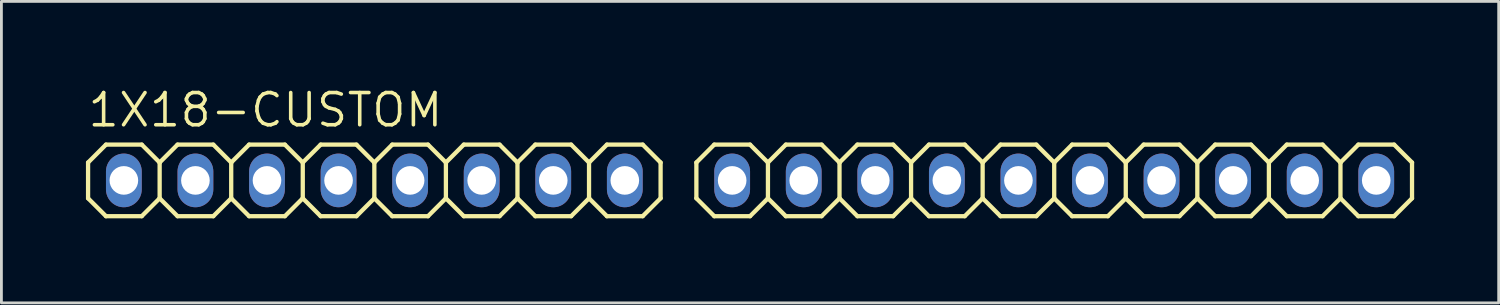
<source format=kicad_pcb>
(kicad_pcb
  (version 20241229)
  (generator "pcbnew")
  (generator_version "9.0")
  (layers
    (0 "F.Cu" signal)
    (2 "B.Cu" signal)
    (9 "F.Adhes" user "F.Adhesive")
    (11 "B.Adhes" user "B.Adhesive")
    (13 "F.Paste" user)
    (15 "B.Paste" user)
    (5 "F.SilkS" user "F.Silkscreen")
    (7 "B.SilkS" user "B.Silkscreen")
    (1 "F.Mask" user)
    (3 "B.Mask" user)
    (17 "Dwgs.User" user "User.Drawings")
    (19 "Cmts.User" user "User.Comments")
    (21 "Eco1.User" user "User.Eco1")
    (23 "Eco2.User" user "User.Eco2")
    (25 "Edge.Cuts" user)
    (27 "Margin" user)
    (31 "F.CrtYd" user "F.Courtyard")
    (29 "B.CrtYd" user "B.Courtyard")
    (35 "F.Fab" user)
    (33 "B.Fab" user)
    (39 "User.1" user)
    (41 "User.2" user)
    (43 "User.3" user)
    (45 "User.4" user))
  (footprint "1X18-CUSTOM"
    (layer "F.Cu")
    (at 19.126 3.353)
    (property "Reference" "1X18-CUSTOM" (at -19.126 -1.829 0) (unlocked yes) (layer "F.SilkS") (effects (font (size 1.143 1.143) (thickness 0.127)) (justify left bottom)))
    (fp_line (start -19.05 -0.635) (end -19.05 0.635) (stroke (width 0.152) (type solid)) (layer "F.SilkS"))
    (fp_line (start -19.05 0.635) (end -18.415 1.27) (stroke (width 0.152) (type solid)) (layer "F.SilkS"))
    (fp_line (start -18.415 -1.27) (end -19.05 -0.635) (stroke (width 0.152) (type solid)) (layer "F.SilkS"))
    (fp_line (start -18.415 -1.27) (end -17.145 -1.27) (stroke (width 0.152) (type solid)) (layer "F.SilkS"))
    (fp_line (start -17.145 -1.27) (end -16.51 -0.635) (stroke (width 0.152) (type solid)) (layer "F.SilkS"))
    (fp_line (start -17.145 1.27) (end -18.415 1.27) (stroke (width 0.152) (type solid)) (layer "F.SilkS"))
    (fp_line (start -16.51 -0.635) (end -16.51 0.635) (stroke (width 0.152) (type solid)) (layer "F.SilkS"))
    (fp_line (start -16.51 -0.635) (end -15.875 -1.27) (stroke (width 0.152) (type solid)) (layer "F.SilkS"))
    (fp_line (start -16.51 0.635) (end -17.145 1.27) (stroke (width 0.152) (type solid)) (layer "F.SilkS"))
    (fp_line (start -15.875 -1.27) (end -14.605 -1.27) (stroke (width 0.152) (type solid)) (layer "F.SilkS"))
    (fp_line (start -15.875 1.27) (end -16.51 0.635) (stroke (width 0.152) (type solid)) (layer "F.SilkS"))
    (fp_line (start -14.605 -1.27) (end -13.97 -0.635) (stroke (width 0.152) (type solid)) (layer "F.SilkS"))
    (fp_line (start -14.605 1.27) (end -15.875 1.27) (stroke (width 0.152) (type solid)) (layer "F.SilkS"))
    (fp_line (start -13.97 -0.635) (end -13.97 0.635) (stroke (width 0.152) (type solid)) (layer "F.SilkS"))
    (fp_line (start -13.97 -0.635) (end -13.335 -1.27) (stroke (width 0.152) (type solid)) (layer "F.SilkS"))
    (fp_line (start -13.97 0.635) (end -14.605 1.27) (stroke (width 0.152) (type solid)) (layer "F.SilkS"))
    (fp_line (start -13.335 -1.27) (end -12.065 -1.27) (stroke (width 0.152) (type solid)) (layer "F.SilkS"))
    (fp_line (start -13.335 1.27) (end -13.97 0.635) (stroke (width 0.152) (type solid)) (layer "F.SilkS"))
    (fp_line (start -12.065 -1.27) (end -11.43 -0.635) (stroke (width 0.152) (type solid)) (layer "F.SilkS"))
    (fp_line (start -12.065 1.27) (end -13.335 1.27) (stroke (width 0.152) (type solid)) (layer "F.SilkS"))
    (fp_line (start -11.43 -0.635) (end -11.43 0.635) (stroke (width 0.152) (type solid)) (layer "F.SilkS"))
    (fp_line (start -11.43 0.635) (end -12.065 1.27) (stroke (width 0.152) (type solid)) (layer "F.SilkS"))
    (fp_line (start -11.43 0.635) (end -10.795 1.27) (stroke (width 0.152) (type solid)) (layer "F.SilkS"))
    (fp_line (start -10.795 -1.27) (end -11.43 -0.635) (stroke (width 0.152) (type solid)) (layer "F.SilkS"))
    (fp_line (start -10.795 -1.27) (end -9.525 -1.27) (stroke (width 0.152) (type solid)) (layer "F.SilkS"))
    (fp_line (start -9.525 -1.27) (end -8.89 -0.635) (stroke (width 0.152) (type solid)) (layer "F.SilkS"))
    (fp_line (start -9.525 1.27) (end -10.795 1.27) (stroke (width 0.152) (type solid)) (layer "F.SilkS"))
    (fp_line (start -8.89 -0.635) (end -8.89 0.635) (stroke (width 0.152) (type solid)) (layer "F.SilkS"))
    (fp_line (start -8.89 -0.635) (end -8.255 -1.27) (stroke (width 0.152) (type solid)) (layer "F.SilkS"))
    (fp_line (start -8.89 0.635) (end -9.525 1.27) (stroke (width 0.152) (type solid)) (layer "F.SilkS"))
    (fp_line (start -8.255 -1.27) (end -6.985 -1.27) (stroke (width 0.152) (type solid)) (layer "F.SilkS"))
    (fp_line (start -8.255 1.27) (end -8.89 0.635) (stroke (width 0.152) (type solid)) (layer "F.SilkS"))
    (fp_line (start -6.985 -1.27) (end -6.35 -0.635) (stroke (width 0.152) (type solid)) (layer "F.SilkS"))
    (fp_line (start -6.985 1.27) (end -8.255 1.27) (stroke (width 0.152) (type solid)) (layer "F.SilkS"))
    (fp_line (start -6.35 -0.635) (end -6.35 0.635) (stroke (width 0.152) (type solid)) (layer "F.SilkS"))
    (fp_line (start -6.35 -0.635) (end -5.715 -1.27) (stroke (width 0.152) (type solid)) (layer "F.SilkS"))
    (fp_line (start -6.35 0.635) (end -6.985 1.27) (stroke (width 0.152) (type solid)) (layer "F.SilkS"))
    (fp_line (start -5.715 -1.27) (end -4.445 -1.27) (stroke (width 0.152) (type solid)) (layer "F.SilkS"))
    (fp_line (start -5.715 1.27) (end -6.35 0.635) (stroke (width 0.152) (type solid)) (layer "F.SilkS"))
    (fp_line (start -4.445 -1.27) (end -3.81 -0.635) (stroke (width 0.152) (type solid)) (layer "F.SilkS"))
    (fp_line (start -4.445 1.27) (end -5.715 1.27) (stroke (width 0.152) (type solid)) (layer "F.SilkS"))
    (fp_line (start -3.81 -0.635) (end -3.81 0.635) (stroke (width 0.152) (type solid)) (layer "F.SilkS"))
    (fp_line (start -3.81 0.635) (end -4.445 1.27) (stroke (width 0.152) (type solid)) (layer "F.SilkS"))
    (fp_line (start -3.81 0.635) (end -3.175 1.27) (stroke (width 0.152) (type solid)) (layer "F.SilkS"))
    (fp_line (start -3.175 -1.27) (end -3.81 -0.635) (stroke (width 0.152) (type solid)) (layer "F.SilkS"))
    (fp_line (start -3.175 -1.27) (end -1.905 -1.27) (stroke (width 0.152) (type solid)) (layer "F.SilkS"))
    (fp_line (start -1.905 -1.27) (end -1.27 -0.635) (stroke (width 0.152) (type solid)) (layer "F.SilkS"))
    (fp_line (start -1.905 1.27) (end -3.175 1.27) (stroke (width 0.152) (type solid)) (layer "F.SilkS"))
    (fp_line (start -1.27 -0.635) (end -1.27 0.635) (stroke (width 0.152) (type solid)) (layer "F.SilkS"))
    (fp_line (start -1.27 -0.635) (end -0.635 -1.27) (stroke (width 0.152) (type solid)) (layer "F.SilkS"))
    (fp_line (start -1.27 0.635) (end -1.905 1.27) (stroke (width 0.152) (type solid)) (layer "F.SilkS"))
    (fp_line (start -0.635 -1.27) (end 0.635 -1.27) (stroke (width 0.152) (type solid)) (layer "F.SilkS"))
    (fp_line (start -0.635 1.27) (end -1.27 0.635) (stroke (width 0.152) (type solid)) (layer "F.SilkS"))
    (fp_line (start 0.635 -1.27) (end 1.27 -0.635) (stroke (width 0.152) (type solid)) (layer "F.SilkS"))
    (fp_line (start 0.635 1.27) (end -0.635 1.27) (stroke (width 0.152) (type solid)) (layer "F.SilkS"))
    (fp_line (start 1.27 -0.635) (end 1.27 0.635) (stroke (width 0.152) (type solid)) (layer "F.SilkS"))
    (fp_line (start 1.27 0.635) (end 0.635 1.27) (stroke (width 0.152) (type solid)) (layer "F.SilkS"))
    (fp_line (start 2.54 -0.635) (end 2.54 0.635) (stroke (width 0.152) (type solid)) (layer "F.SilkS"))
    (fp_line (start 2.54 -0.635) (end 3.175 -1.27) (stroke (width 0.152) (type solid)) (layer "F.SilkS"))
    (fp_line (start 3.175 -1.27) (end 4.445 -1.27) (stroke (width 0.152) (type solid)) (layer "F.SilkS"))
    (fp_line (start 3.175 1.27) (end 2.54 0.635) (stroke (width 0.152) (type solid)) (layer "F.SilkS"))
    (fp_line (start 4.445 -1.27) (end 5.08 -0.635) (stroke (width 0.152) (type solid)) (layer "F.SilkS"))
    (fp_line (start 4.445 1.27) (end 3.175 1.27) (stroke (width 0.152) (type solid)) (layer "F.SilkS"))
    (fp_line (start 5.08 -0.635) (end 5.08 0.635) (stroke (width 0.152) (type solid)) (layer "F.SilkS"))
    (fp_line (start 5.08 0.635) (end 4.445 1.27) (stroke (width 0.152) (type solid)) (layer "F.SilkS"))
    (fp_line (start 5.08 0.635) (end 5.715 1.27) (stroke (width 0.152) (type solid)) (layer "F.SilkS"))
    (fp_line (start 5.715 -1.27) (end 5.08 -0.635) (stroke (width 0.152) (type solid)) (layer "F.SilkS"))
    (fp_line (start 5.715 -1.27) (end 6.985 -1.27) (stroke (width 0.152) (type solid)) (layer "F.SilkS"))
    (fp_line (start 6.985 -1.27) (end 7.62 -0.635) (stroke (width 0.152) (type solid)) (layer "F.SilkS"))
    (fp_line (start 6.985 1.27) (end 5.715 1.27) (stroke (width 0.152) (type solid)) (layer "F.SilkS"))
    (fp_line (start 7.62 -0.635) (end 7.62 0.635) (stroke (width 0.152) (type solid)) (layer "F.SilkS"))
    (fp_line (start 7.62 -0.635) (end 8.255 -1.27) (stroke (width 0.152) (type solid)) (layer "F.SilkS"))
    (fp_line (start 7.62 0.635) (end 6.985 1.27) (stroke (width 0.152) (type solid)) (layer "F.SilkS"))
    (fp_line (start 8.255 -1.27) (end 9.525 -1.27) (stroke (width 0.152) (type solid)) (layer "F.SilkS"))
    (fp_line (start 8.255 1.27) (end 7.62 0.635) (stroke (width 0.152) (type solid)) (layer "F.SilkS"))
    (fp_line (start 9.525 -1.27) (end 10.16 -0.635) (stroke (width 0.152) (type solid)) (layer "F.SilkS"))
    (fp_line (start 9.525 1.27) (end 8.255 1.27) (stroke (width 0.152) (type solid)) (layer "F.SilkS"))
    (fp_line (start 10.16 -0.635) (end 10.16 0.635) (stroke (width 0.152) (type solid)) (layer "F.SilkS"))
    (fp_line (start 10.16 -0.635) (end 10.795 -1.27) (stroke (width 0.152) (type solid)) (layer "F.SilkS"))
    (fp_line (start 10.16 0.635) (end 9.525 1.27) (stroke (width 0.152) (type solid)) (layer "F.SilkS"))
    (fp_line (start 10.795 -1.27) (end 12.065 -1.27) (stroke (width 0.152) (type solid)) (layer "F.SilkS"))
    (fp_line (start 10.795 1.27) (end 10.16 0.635) (stroke (width 0.152) (type solid)) (layer "F.SilkS"))
    (fp_line (start 12.065 -1.27) (end 12.7 -0.635) (stroke (width 0.152) (type solid)) (layer "F.SilkS"))
    (fp_line (start 12.065 1.27) (end 10.795 1.27) (stroke (width 0.152) (type solid)) (layer "F.SilkS"))
    (fp_line (start 12.7 -0.635) (end 12.7 0.635) (stroke (width 0.152) (type solid)) (layer "F.SilkS"))
    (fp_line (start 12.7 0.635) (end 12.065 1.27) (stroke (width 0.152) (type solid)) (layer "F.SilkS"))
    (fp_line (start 12.7 0.635) (end 13.335 1.27) (stroke (width 0.152) (type solid)) (layer "F.SilkS"))
    (fp_line (start 13.335 -1.27) (end 12.7 -0.635) (stroke (width 0.152) (type solid)) (layer "F.SilkS"))
    (fp_line (start 13.335 -1.27) (end 14.605 -1.27) (stroke (width 0.152) (type solid)) (layer "F.SilkS"))
    (fp_line (start 14.605 -1.27) (end 15.24 -0.635) (stroke (width 0.152) (type solid)) (layer "F.SilkS"))
    (fp_line (start 14.605 1.27) (end 13.335 1.27) (stroke (width 0.152) (type solid)) (layer "F.SilkS"))
    (fp_line (start 15.24 -0.635) (end 15.24 0.635) (stroke (width 0.152) (type solid)) (layer "F.SilkS"))
    (fp_line (start 15.24 -0.635) (end 15.875 -1.27) (stroke (width 0.152) (type solid)) (layer "F.SilkS"))
    (fp_line (start 15.24 0.635) (end 14.605 1.27) (stroke (width 0.152) (type solid)) (layer "F.SilkS"))
    (fp_line (start 15.875 -1.27) (end 17.145 -1.27) (stroke (width 0.152) (type solid)) (layer "F.SilkS"))
    (fp_line (start 15.875 1.27) (end 15.24 0.635) (stroke (width 0.152) (type solid)) (layer "F.SilkS"))
    (fp_line (start 17.145 -1.27) (end 17.78 -0.635) (stroke (width 0.152) (type solid)) (layer "F.SilkS"))
    (fp_line (start 17.145 1.27) (end 15.875 1.27) (stroke (width 0.152) (type solid)) (layer "F.SilkS"))
    (fp_line (start 17.78 -0.635) (end 17.78 0.635) (stroke (width 0.152) (type solid)) (layer "F.SilkS"))
    (fp_line (start 17.78 -0.635) (end 18.415 -1.27) (stroke (width 0.152) (type solid)) (layer "F.SilkS"))
    (fp_line (start 17.78 0.635) (end 17.145 1.27) (stroke (width 0.152) (type solid)) (layer "F.SilkS"))
    (fp_line (start 18.415 -1.27) (end 19.685 -1.27) (stroke (width 0.152) (type solid)) (layer "F.SilkS"))
    (fp_line (start 18.415 1.27) (end 17.78 0.635) (stroke (width 0.152) (type solid)) (layer "F.SilkS"))
    (fp_line (start 19.685 -1.27) (end 20.32 -0.635) (stroke (width 0.152) (type solid)) (layer "F.SilkS"))
    (fp_line (start 19.685 1.27) (end 18.415 1.27) (stroke (width 0.152) (type solid)) (layer "F.SilkS"))
    (fp_line (start 20.32 -0.635) (end 20.32 0.635) (stroke (width 0.152) (type solid)) (layer "F.SilkS"))
    (fp_line (start 20.32 0.635) (end 19.685 1.27) (stroke (width 0.152) (type solid)) (layer "F.SilkS"))
    (fp_line (start 20.32 0.635) (end 20.955 1.27) (stroke (width 0.152) (type solid)) (layer "F.SilkS"))
    (fp_line (start 20.955 -1.27) (end 20.32 -0.635) (stroke (width 0.152) (type solid)) (layer "F.SilkS"))
    (fp_line (start 20.955 -1.27) (end 22.225 -1.27) (stroke (width 0.152) (type solid)) (layer "F.SilkS"))
    (fp_line (start 22.225 -1.27) (end 22.86 -0.635) (stroke (width 0.152) (type solid)) (layer "F.SilkS"))
    (fp_line (start 22.225 1.27) (end 20.955 1.27) (stroke (width 0.152) (type solid)) (layer "F.SilkS"))
    (fp_line (start 22.86 -0.635) (end 22.86 0.635) (stroke (width 0.152) (type solid)) (layer "F.SilkS"))
    (fp_line (start 22.86 -0.635) (end 23.495 -1.27) (stroke (width 0.152) (type solid)) (layer "F.SilkS"))
    (fp_line (start 22.86 0.635) (end 22.225 1.27) (stroke (width 0.152) (type solid)) (layer "F.SilkS"))
    (fp_line (start 23.495 -1.27) (end 24.765 -1.27) (stroke (width 0.152) (type solid)) (layer "F.SilkS"))
    (fp_line (start 23.495 1.27) (end 22.86 0.635) (stroke (width 0.152) (type solid)) (layer "F.SilkS"))
    (fp_line (start 24.765 -1.27) (end 25.4 -0.635) (stroke (width 0.152) (type solid)) (layer "F.SilkS"))
    (fp_line (start 24.765 1.27) (end 23.495 1.27) (stroke (width 0.152) (type solid)) (layer "F.SilkS"))
    (fp_line (start 25.4 -0.635) (end 25.4 0.635) (stroke (width 0.152) (type solid)) (layer "F.SilkS"))
    (fp_line (start 25.4 -0.635) (end 26.035 -1.27) (stroke (width 0.152) (type solid)) (layer "F.SilkS"))
    (fp_line (start 25.4 0.635) (end 24.765 1.27) (stroke (width 0.152) (type solid)) (layer "F.SilkS"))
    (fp_line (start 26.035 -1.27) (end 27.305 -1.27) (stroke (width 0.152) (type solid)) (layer "F.SilkS"))
    (fp_line (start 26.035 1.27) (end 25.4 0.635) (stroke (width 0.152) (type solid)) (layer "F.SilkS"))
    (fp_line (start 27.305 -1.27) (end 27.94 -0.635) (stroke (width 0.152) (type solid)) (layer "F.SilkS"))
    (fp_line (start 27.305 1.27) (end 26.035 1.27) (stroke (width 0.152) (type solid)) (layer "F.SilkS"))
    (fp_line (start 27.94 -0.635) (end 27.94 0.635) (stroke (width 0.152) (type solid)) (layer "F.SilkS"))
    (fp_line (start 27.94 0.635) (end 27.305 1.27) (stroke (width 0.152) (type solid)) (layer "F.SilkS"))
    (fp_poly (pts (xy -18.034 0.254) (xy -17.526 0.254) (xy -17.526 -0.254) (xy -18.034 -0.254)) (stroke (width 0.1) (type default)) (fill no) (layer "F.Fab"))
    (fp_poly (pts (xy -15.494 0.254) (xy -14.986 0.254) (xy -14.986 -0.254) (xy -15.494 -0.254)) (stroke (width 0.1) (type default)) (fill no) (layer "F.Fab"))
    (fp_poly (pts (xy -12.954 0.254) (xy -12.446 0.254) (xy -12.446 -0.254) (xy -12.954 -0.254)) (stroke (width 0.1) (type default)) (fill no) (layer "F.Fab"))
    (fp_poly (pts (xy -10.414 0.254) (xy -9.906 0.254) (xy -9.906 -0.254) (xy -10.414 -0.254)) (stroke (width 0.1) (type default)) (fill no) (layer "F.Fab"))
    (fp_poly (pts (xy -7.874 0.254) (xy -7.366 0.254) (xy -7.366 -0.254) (xy -7.874 -0.254)) (stroke (width 0.1) (type default)) (fill no) (layer "F.Fab"))
    (fp_poly (pts (xy -5.334 0.254) (xy -4.826 0.254) (xy -4.826 -0.254) (xy -5.334 -0.254)) (stroke (width 0.1) (type default)) (fill no) (layer "F.Fab"))
    (fp_poly (pts (xy -2.794 0.254) (xy -2.286 0.254) (xy -2.286 -0.254) (xy -2.794 -0.254)) (stroke (width 0.1) (type default)) (fill no) (layer "F.Fab"))
    (fp_poly (pts (xy -0.254 0.254) (xy 0.254 0.254) (xy 0.254 -0.254) (xy -0.254 -0.254)) (stroke (width 0.1) (type default)) (fill no) (layer "F.Fab"))
    (fp_poly (pts (xy 3.556 0.254) (xy 4.064 0.254) (xy 4.064 -0.254) (xy 3.556 -0.254)) (stroke (width 0.1) (type default)) (fill no) (layer "F.Fab"))
    (fp_poly (pts (xy 6.096 0.254) (xy 6.604 0.254) (xy 6.604 -0.254) (xy 6.096 -0.254)) (stroke (width 0.1) (type default)) (fill no) (layer "F.Fab"))
    (fp_poly (pts (xy 8.636 0.254) (xy 9.144 0.254) (xy 9.144 -0.254) (xy 8.636 -0.254)) (stroke (width 0.1) (type default)) (fill no) (layer "F.Fab"))
    (fp_poly (pts (xy 11.176 0.254) (xy 11.684 0.254) (xy 11.684 -0.254) (xy 11.176 -0.254)) (stroke (width 0.1) (type default)) (fill no) (layer "F.Fab"))
    (fp_poly (pts (xy 13.716 0.254) (xy 14.224 0.254) (xy 14.224 -0.254) (xy 13.716 -0.254)) (stroke (width 0.1) (type default)) (fill no) (layer "F.Fab"))
    (fp_poly (pts (xy 16.256 0.254) (xy 16.764 0.254) (xy 16.764 -0.254) (xy 16.256 -0.254)) (stroke (width 0.1) (type default)) (fill no) (layer "F.Fab"))
    (fp_poly (pts (xy 18.796 0.254) (xy 19.304 0.254) (xy 19.304 -0.254) (xy 18.796 -0.254)) (stroke (width 0.1) (type default)) (fill no) (layer "F.Fab"))
    (fp_poly (pts (xy 21.336 0.254) (xy 21.844 0.254) (xy 21.844 -0.254) (xy 21.336 -0.254)) (stroke (width 0.1) (type default)) (fill no) (layer "F.Fab"))
    (fp_poly (pts (xy 23.876 0.254) (xy 24.384 0.254) (xy 24.384 -0.254) (xy 23.876 -0.254)) (stroke (width 0.1) (type default)) (fill no) (layer "F.Fab"))
    (fp_poly (pts (xy 26.416 0.254) (xy 26.924 0.254) (xy 26.924 -0.254) (xy 26.416 -0.254)) (stroke (width 0.1) (type default)) (fill no) (layer "F.Fab"))
    (pad "1" thru_hole oval (at -17.78 0 90) (size 1.905 1.27) (drill 1.016) (layers "*.Cu" "*.Mask"))
    (pad "2" thru_hole oval (at -15.24 0 90) (size 1.905 1.27) (drill 1.016) (layers "*.Cu" "*.Mask"))
    (pad "3" thru_hole oval (at -12.7 0 90) (size 1.905 1.27) (drill 1.016) (layers "*.Cu" "*.Mask"))
    (pad "4" thru_hole oval (at -10.16 0 90) (size 1.905 1.27) (drill 1.016) (layers "*.Cu" "*.Mask"))
    (pad "5" thru_hole oval (at -7.62 0 90) (size 1.905 1.27) (drill 1.016) (layers "*.Cu" "*.Mask"))
    (pad "6" thru_hole oval (at -5.08 0 90) (size 1.905 1.27) (drill 1.016) (layers "*.Cu" "*.Mask"))
    (pad "7" thru_hole oval (at -2.54 0 90) (size 1.905 1.27) (drill 1.016) (layers "*.Cu" "*.Mask"))
    (pad "8" thru_hole oval (at 0 0 90) (size 1.905 1.27) (drill 1.016) (layers "*.Cu" "*.Mask"))
    (pad "9" thru_hole oval (at 3.81 0 90) (size 1.905 1.27) (drill 1.016) (layers "*.Cu" "*.Mask"))
    (pad "10" thru_hole oval (at 6.35 0 90) (size 1.905 1.27) (drill 1.016) (layers "*.Cu" "*.Mask"))
    (pad "11" thru_hole oval (at 8.89 0 90) (size 1.905 1.27) (drill 1.016) (layers "*.Cu" "*.Mask"))
    (pad "12" thru_hole oval (at 11.43 0 90) (size 1.905 1.27) (drill 1.016) (layers "*.Cu" "*.Mask"))
    (pad "13" thru_hole oval (at 13.97 0 90) (size 1.905 1.27) (drill 1.016) (layers "*.Cu" "*.Mask"))
    (pad "14" thru_hole oval (at 16.51 0 90) (size 1.905 1.27) (drill 1.016) (layers "*.Cu" "*.Mask"))
    (pad "15" thru_hole oval (at 19.05 0 90) (size 1.905 1.27) (drill 1.016) (layers "*.Cu" "*.Mask"))
    (pad "16" thru_hole oval (at 21.59 0 90) (size 1.905 1.27) (drill 1.016) (layers "*.Cu" "*.Mask"))
    (pad "17" thru_hole oval (at 24.13 0 90) (size 1.905 1.27) (drill 1.016) (layers "*.Cu" "*.Mask"))
    (pad "18" thru_hole oval (at 26.67 0 90) (size 1.905 1.27) (drill 1.016) (layers "*.Cu" "*.Mask")))
  (gr_rect
    (start -3 -3)
    (end 50.142 7.699)
    (stroke (width 0.1) (type default))
    (fill no)
    (layer "Edge.Cuts")))
</source>
